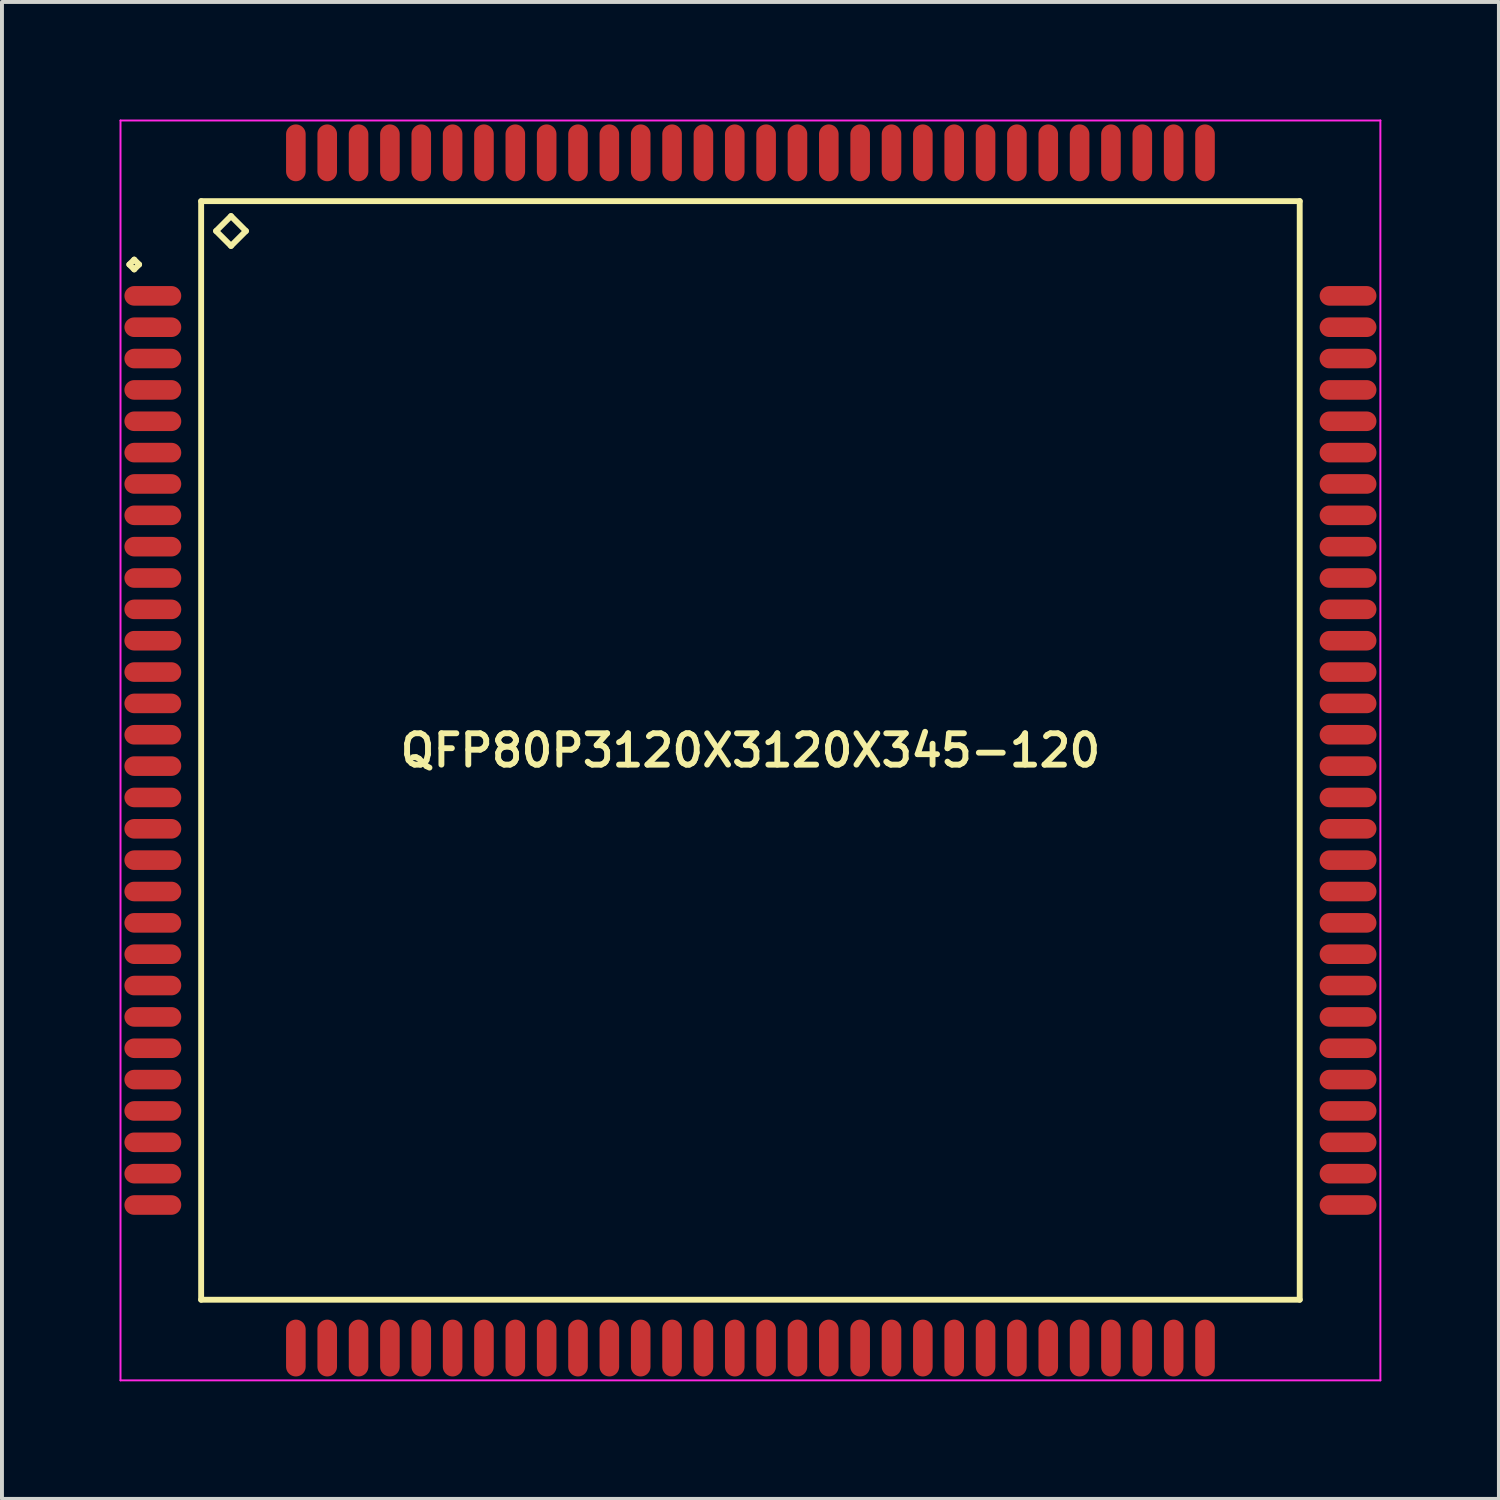
<source format=kicad_pcb>
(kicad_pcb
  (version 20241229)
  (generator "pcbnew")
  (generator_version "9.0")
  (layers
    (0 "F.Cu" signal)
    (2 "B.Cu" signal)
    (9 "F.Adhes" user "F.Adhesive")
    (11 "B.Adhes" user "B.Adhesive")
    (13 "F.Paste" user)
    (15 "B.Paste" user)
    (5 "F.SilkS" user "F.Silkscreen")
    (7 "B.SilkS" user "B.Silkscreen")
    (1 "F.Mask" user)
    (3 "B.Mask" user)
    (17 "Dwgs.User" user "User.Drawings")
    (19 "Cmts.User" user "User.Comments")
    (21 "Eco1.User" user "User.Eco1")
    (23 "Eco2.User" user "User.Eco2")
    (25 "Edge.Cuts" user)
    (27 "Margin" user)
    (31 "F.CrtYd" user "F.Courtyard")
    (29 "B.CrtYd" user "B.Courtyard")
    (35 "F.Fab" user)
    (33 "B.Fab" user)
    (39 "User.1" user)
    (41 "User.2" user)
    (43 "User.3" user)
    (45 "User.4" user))
  (footprint "QFP80P3120X3120X345-120"
    (layer "F.Cu")
    (at 16.1 16.1)
    (property "Reference" "QFP80P3120X3120X345-120" (at 0 0 0) (layer "F.SilkS") (effects (font (size 0.8 0.8) (thickness 0.15))))
    (attr smd)
    (fp_line (start -15.85 -12.4) (end -15.725 -12.525) (stroke (width 0.15) (type solid)) (layer "F.SilkS"))
    (fp_line (start -15.725 -12.525) (end -15.6 -12.4) (stroke (width 0.15) (type solid)) (layer "F.SilkS"))
    (fp_line (start -15.725 -12.275) (end -15.85 -12.4) (stroke (width 0.15) (type solid)) (layer "F.SilkS"))
    (fp_line (start -15.6 -12.4) (end -15.725 -12.275) (stroke (width 0.15) (type solid)) (layer "F.SilkS"))
    (fp_line (start -14.017 -14.017) (end -14.017 14.017) (stroke (width 0.15) (type solid)) (layer "F.SilkS"))
    (fp_line (start -14.017 14.017) (end 14.017 14.017) (stroke (width 0.15) (type solid)) (layer "F.SilkS"))
    (fp_line (start -13.636 -13.255) (end -13.255 -13.636) (stroke (width 0.15) (type solid)) (layer "F.SilkS"))
    (fp_line (start -13.255 -13.636) (end -12.874 -13.255) (stroke (width 0.15) (type solid)) (layer "F.SilkS"))
    (fp_line (start -13.255 -12.874) (end -13.636 -13.255) (stroke (width 0.15) (type solid)) (layer "F.SilkS"))
    (fp_line (start -12.874 -13.255) (end -13.255 -12.874) (stroke (width 0.15) (type solid)) (layer "F.SilkS"))
    (fp_line (start 14.017 -14.017) (end -14.017 -14.017) (stroke (width 0.15) (type solid)) (layer "F.SilkS"))
    (fp_line (start 14.017 14.017) (end 14.017 -14.017) (stroke (width 0.15) (type solid)) (layer "F.SilkS"))
    (fp_line (start -16.075 -16.075) (end 16.075 -16.075) (stroke (width 0.05) (type solid)) (layer "F.CrtYd"))
    (fp_line (start -16.075 16.075) (end -16.075 -16.075) (stroke (width 0.05) (type solid)) (layer "F.CrtYd"))
    (fp_line (start 16.075 -16.075) (end 16.075 16.075) (stroke (width 0.05) (type solid)) (layer "F.CrtYd"))
    (fp_line (start 16.075 16.075) (end -16.075 16.075) (stroke (width 0.05) (type solid)) (layer "F.CrtYd"))
    (pad "1" smd oval (at -15.25 -11.6) (size 1.45 0.5) (layers "F.Cu" "F.Mask" "F.Paste"))
    (pad "2" smd oval (at -15.25 -10.8) (size 1.45 0.5) (layers "F.Cu" "F.Mask" "F.Paste"))
    (pad "3" smd oval (at -15.25 -10) (size 1.45 0.5) (layers "F.Cu" "F.Mask" "F.Paste"))
    (pad "4" smd oval (at -15.25 -9.2) (size 1.45 0.5) (layers "F.Cu" "F.Mask" "F.Paste"))
    (pad "5" smd oval (at -15.25 -8.4) (size 1.45 0.5) (layers "F.Cu" "F.Mask" "F.Paste"))
    (pad "6" smd oval (at -15.25 -7.6) (size 1.45 0.5) (layers "F.Cu" "F.Mask" "F.Paste"))
    (pad "7" smd oval (at -15.25 -6.8) (size 1.45 0.5) (layers "F.Cu" "F.Mask" "F.Paste"))
    (pad "8" smd oval (at -15.25 -6) (size 1.45 0.5) (layers "F.Cu" "F.Mask" "F.Paste"))
    (pad "9" smd oval (at -15.25 -5.2) (size 1.45 0.5) (layers "F.Cu" "F.Mask" "F.Paste"))
    (pad "10" smd oval (at -15.25 -4.4) (size 1.45 0.5) (layers "F.Cu" "F.Mask" "F.Paste"))
    (pad "11" smd oval (at -15.25 -3.6) (size 1.45 0.5) (layers "F.Cu" "F.Mask" "F.Paste"))
    (pad "12" smd oval (at -15.25 -2.8) (size 1.45 0.5) (layers "F.Cu" "F.Mask" "F.Paste"))
    (pad "13" smd oval (at -15.25 -2) (size 1.45 0.5) (layers "F.Cu" "F.Mask" "F.Paste"))
    (pad "14" smd oval (at -15.25 -1.2) (size 1.45 0.5) (layers "F.Cu" "F.Mask" "F.Paste"))
    (pad "15" smd oval (at -15.25 -0.4) (size 1.45 0.5) (layers "F.Cu" "F.Mask" "F.Paste"))
    (pad "16" smd oval (at -15.25 0.4) (size 1.45 0.5) (layers "F.Cu" "F.Mask" "F.Paste"))
    (pad "17" smd oval (at -15.25 1.2) (size 1.45 0.5) (layers "F.Cu" "F.Mask" "F.Paste"))
    (pad "18" smd oval (at -15.25 2) (size 1.45 0.5) (layers "F.Cu" "F.Mask" "F.Paste"))
    (pad "19" smd oval (at -15.25 2.8) (size 1.45 0.5) (layers "F.Cu" "F.Mask" "F.Paste"))
    (pad "20" smd oval (at -15.25 3.6) (size 1.45 0.5) (layers "F.Cu" "F.Mask" "F.Paste"))
    (pad "21" smd oval (at -15.25 4.4) (size 1.45 0.5) (layers "F.Cu" "F.Mask" "F.Paste"))
    (pad "22" smd oval (at -15.25 5.2) (size 1.45 0.5) (layers "F.Cu" "F.Mask" "F.Paste"))
    (pad "23" smd oval (at -15.25 6) (size 1.45 0.5) (layers "F.Cu" "F.Mask" "F.Paste"))
    (pad "24" smd oval (at -15.25 6.8) (size 1.45 0.5) (layers "F.Cu" "F.Mask" "F.Paste"))
    (pad "25" smd oval (at -15.25 7.6) (size 1.45 0.5) (layers "F.Cu" "F.Mask" "F.Paste"))
    (pad "26" smd oval (at -15.25 8.4) (size 1.45 0.5) (layers "F.Cu" "F.Mask" "F.Paste"))
    (pad "27" smd oval (at -15.25 9.2) (size 1.45 0.5) (layers "F.Cu" "F.Mask" "F.Paste"))
    (pad "28" smd oval (at -15.25 10) (size 1.45 0.5) (layers "F.Cu" "F.Mask" "F.Paste"))
    (pad "29" smd oval (at -15.25 10.8) (size 1.45 0.5) (layers "F.Cu" "F.Mask" "F.Paste"))
    (pad "30" smd oval (at -15.25 11.6) (size 1.45 0.5) (layers "F.Cu" "F.Mask" "F.Paste"))
    (pad "31" smd oval (at -11.6 15.25) (size 0.5 1.45) (layers "F.Cu" "F.Mask" "F.Paste"))
    (pad "32" smd oval (at -10.8 15.25) (size 0.5 1.45) (layers "F.Cu" "F.Mask" "F.Paste"))
    (pad "33" smd oval (at -10 15.25) (size 0.5 1.45) (layers "F.Cu" "F.Mask" "F.Paste"))
    (pad "34" smd oval (at -9.2 15.25) (size 0.5 1.45) (layers "F.Cu" "F.Mask" "F.Paste"))
    (pad "35" smd oval (at -8.4 15.25) (size 0.5 1.45) (layers "F.Cu" "F.Mask" "F.Paste"))
    (pad "36" smd oval (at -7.6 15.25) (size 0.5 1.45) (layers "F.Cu" "F.Mask" "F.Paste"))
    (pad "37" smd oval (at -6.8 15.25) (size 0.5 1.45) (layers "F.Cu" "F.Mask" "F.Paste"))
    (pad "38" smd oval (at -6 15.25) (size 0.5 1.45) (layers "F.Cu" "F.Mask" "F.Paste"))
    (pad "39" smd oval (at -5.2 15.25) (size 0.5 1.45) (layers "F.Cu" "F.Mask" "F.Paste"))
    (pad "40" smd oval (at -4.4 15.25) (size 0.5 1.45) (layers "F.Cu" "F.Mask" "F.Paste"))
    (pad "41" smd oval (at -3.6 15.25) (size 0.5 1.45) (layers "F.Cu" "F.Mask" "F.Paste"))
    (pad "42" smd oval (at -2.8 15.25) (size 0.5 1.45) (layers "F.Cu" "F.Mask" "F.Paste"))
    (pad "43" smd oval (at -2 15.25) (size 0.5 1.45) (layers "F.Cu" "F.Mask" "F.Paste"))
    (pad "44" smd oval (at -1.2 15.25) (size 0.5 1.45) (layers "F.Cu" "F.Mask" "F.Paste"))
    (pad "45" smd oval (at -0.4 15.25) (size 0.5 1.45) (layers "F.Cu" "F.Mask" "F.Paste"))
    (pad "46" smd oval (at 0.4 15.25) (size 0.5 1.45) (layers "F.Cu" "F.Mask" "F.Paste"))
    (pad "47" smd oval (at 1.2 15.25) (size 0.5 1.45) (layers "F.Cu" "F.Mask" "F.Paste"))
    (pad "48" smd oval (at 2 15.25) (size 0.5 1.45) (layers "F.Cu" "F.Mask" "F.Paste"))
    (pad "49" smd oval (at 2.8 15.25) (size 0.5 1.45) (layers "F.Cu" "F.Mask" "F.Paste"))
    (pad "50" smd oval (at 3.6 15.25) (size 0.5 1.45) (layers "F.Cu" "F.Mask" "F.Paste"))
    (pad "51" smd oval (at 4.4 15.25) (size 0.5 1.45) (layers "F.Cu" "F.Mask" "F.Paste"))
    (pad "52" smd oval (at 5.2 15.25) (size 0.5 1.45) (layers "F.Cu" "F.Mask" "F.Paste"))
    (pad "53" smd oval (at 6 15.25) (size 0.5 1.45) (layers "F.Cu" "F.Mask" "F.Paste"))
    (pad "54" smd oval (at 6.8 15.25) (size 0.5 1.45) (layers "F.Cu" "F.Mask" "F.Paste"))
    (pad "55" smd oval (at 7.6 15.25) (size 0.5 1.45) (layers "F.Cu" "F.Mask" "F.Paste"))
    (pad "56" smd oval (at 8.4 15.25) (size 0.5 1.45) (layers "F.Cu" "F.Mask" "F.Paste"))
    (pad "57" smd oval (at 9.2 15.25) (size 0.5 1.45) (layers "F.Cu" "F.Mask" "F.Paste"))
    (pad "58" smd oval (at 10 15.25) (size 0.5 1.45) (layers "F.Cu" "F.Mask" "F.Paste"))
    (pad "59" smd oval (at 10.8 15.25) (size 0.5 1.45) (layers "F.Cu" "F.Mask" "F.Paste"))
    (pad "60" smd oval (at 11.6 15.25) (size 0.5 1.45) (layers "F.Cu" "F.Mask" "F.Paste"))
    (pad "61" smd oval (at 15.25 11.6) (size 1.45 0.5) (layers "F.Cu" "F.Mask" "F.Paste"))
    (pad "62" smd oval (at 15.25 10.8) (size 1.45 0.5) (layers "F.Cu" "F.Mask" "F.Paste"))
    (pad "63" smd oval (at 15.25 10) (size 1.45 0.5) (layers "F.Cu" "F.Mask" "F.Paste"))
    (pad "64" smd oval (at 15.25 9.2) (size 1.45 0.5) (layers "F.Cu" "F.Mask" "F.Paste"))
    (pad "65" smd oval (at 15.25 8.4) (size 1.45 0.5) (layers "F.Cu" "F.Mask" "F.Paste"))
    (pad "66" smd oval (at 15.25 7.6) (size 1.45 0.5) (layers "F.Cu" "F.Mask" "F.Paste"))
    (pad "67" smd oval (at 15.25 6.8) (size 1.45 0.5) (layers "F.Cu" "F.Mask" "F.Paste"))
    (pad "68" smd oval (at 15.25 6) (size 1.45 0.5) (layers "F.Cu" "F.Mask" "F.Paste"))
    (pad "69" smd oval (at 15.25 5.2) (size 1.45 0.5) (layers "F.Cu" "F.Mask" "F.Paste"))
    (pad "70" smd oval (at 15.25 4.4) (size 1.45 0.5) (layers "F.Cu" "F.Mask" "F.Paste"))
    (pad "71" smd oval (at 15.25 3.6) (size 1.45 0.5) (layers "F.Cu" "F.Mask" "F.Paste"))
    (pad "72" smd oval (at 15.25 2.8) (size 1.45 0.5) (layers "F.Cu" "F.Mask" "F.Paste"))
    (pad "73" smd oval (at 15.25 2) (size 1.45 0.5) (layers "F.Cu" "F.Mask" "F.Paste"))
    (pad "74" smd oval (at 15.25 1.2) (size 1.45 0.5) (layers "F.Cu" "F.Mask" "F.Paste"))
    (pad "75" smd oval (at 15.25 0.4) (size 1.45 0.5) (layers "F.Cu" "F.Mask" "F.Paste"))
    (pad "76" smd oval (at 15.25 -0.4) (size 1.45 0.5) (layers "F.Cu" "F.Mask" "F.Paste"))
    (pad "77" smd oval (at 15.25 -1.2) (size 1.45 0.5) (layers "F.Cu" "F.Mask" "F.Paste"))
    (pad "78" smd oval (at 15.25 -2) (size 1.45 0.5) (layers "F.Cu" "F.Mask" "F.Paste"))
    (pad "79" smd oval (at 15.25 -2.8) (size 1.45 0.5) (layers "F.Cu" "F.Mask" "F.Paste"))
    (pad "80" smd oval (at 15.25 -3.6) (size 1.45 0.5) (layers "F.Cu" "F.Mask" "F.Paste"))
    (pad "81" smd oval (at 15.25 -4.4) (size 1.45 0.5) (layers "F.Cu" "F.Mask" "F.Paste"))
    (pad "82" smd oval (at 15.25 -5.2) (size 1.45 0.5) (layers "F.Cu" "F.Mask" "F.Paste"))
    (pad "83" smd oval (at 15.25 -6) (size 1.45 0.5) (layers "F.Cu" "F.Mask" "F.Paste"))
    (pad "84" smd oval (at 15.25 -6.8) (size 1.45 0.5) (layers "F.Cu" "F.Mask" "F.Paste"))
    (pad "85" smd oval (at 15.25 -7.6) (size 1.45 0.5) (layers "F.Cu" "F.Mask" "F.Paste"))
    (pad "86" smd oval (at 15.25 -8.4) (size 1.45 0.5) (layers "F.Cu" "F.Mask" "F.Paste"))
    (pad "87" smd oval (at 15.25 -9.2) (size 1.45 0.5) (layers "F.Cu" "F.Mask" "F.Paste"))
    (pad "88" smd oval (at 15.25 -10) (size 1.45 0.5) (layers "F.Cu" "F.Mask" "F.Paste"))
    (pad "89" smd oval (at 15.25 -10.8) (size 1.45 0.5) (layers "F.Cu" "F.Mask" "F.Paste"))
    (pad "90" smd oval (at 15.25 -11.6) (size 1.45 0.5) (layers "F.Cu" "F.Mask" "F.Paste"))
    (pad "91" smd oval (at 11.6 -15.25) (size 0.5 1.45) (layers "F.Cu" "F.Mask" "F.Paste"))
    (pad "92" smd oval (at 10.8 -15.25) (size 0.5 1.45) (layers "F.Cu" "F.Mask" "F.Paste"))
    (pad "93" smd oval (at 10 -15.25) (size 0.5 1.45) (layers "F.Cu" "F.Mask" "F.Paste"))
    (pad "94" smd oval (at 9.2 -15.25) (size 0.5 1.45) (layers "F.Cu" "F.Mask" "F.Paste"))
    (pad "95" smd oval (at 8.4 -15.25) (size 0.5 1.45) (layers "F.Cu" "F.Mask" "F.Paste"))
    (pad "96" smd oval (at 7.6 -15.25) (size 0.5 1.45) (layers "F.Cu" "F.Mask" "F.Paste"))
    (pad "97" smd oval (at 6.8 -15.25) (size 0.5 1.45) (layers "F.Cu" "F.Mask" "F.Paste"))
    (pad "98" smd oval (at 6 -15.25) (size 0.5 1.45) (layers "F.Cu" "F.Mask" "F.Paste"))
    (pad "99" smd oval (at 5.2 -15.25) (size 0.5 1.45) (layers "F.Cu" "F.Mask" "F.Paste"))
    (pad "100" smd oval (at 4.4 -15.25) (size 0.5 1.45) (layers "F.Cu" "F.Mask" "F.Paste"))
    (pad "101" smd oval (at 3.6 -15.25) (size 0.5 1.45) (layers "F.Cu" "F.Mask" "F.Paste"))
    (pad "102" smd oval (at 2.8 -15.25) (size 0.5 1.45) (layers "F.Cu" "F.Mask" "F.Paste"))
    (pad "103" smd oval (at 2 -15.25) (size 0.5 1.45) (layers "F.Cu" "F.Mask" "F.Paste"))
    (pad "104" smd oval (at 1.2 -15.25) (size 0.5 1.45) (layers "F.Cu" "F.Mask" "F.Paste"))
    (pad "105" smd oval (at 0.4 -15.25) (size 0.5 1.45) (layers "F.Cu" "F.Mask" "F.Paste"))
    (pad "106" smd oval (at -0.4 -15.25) (size 0.5 1.45) (layers "F.Cu" "F.Mask" "F.Paste"))
    (pad "107" smd oval (at -1.2 -15.25) (size 0.5 1.45) (layers "F.Cu" "F.Mask" "F.Paste"))
    (pad "108" smd oval (at -2 -15.25) (size 0.5 1.45) (layers "F.Cu" "F.Mask" "F.Paste"))
    (pad "109" smd oval (at -2.8 -15.25) (size 0.5 1.45) (layers "F.Cu" "F.Mask" "F.Paste"))
    (pad "110" smd oval (at -3.6 -15.25) (size 0.5 1.45) (layers "F.Cu" "F.Mask" "F.Paste"))
    (pad "111" smd oval (at -4.4 -15.25) (size 0.5 1.45) (layers "F.Cu" "F.Mask" "F.Paste"))
    (pad "112" smd oval (at -5.2 -15.25) (size 0.5 1.45) (layers "F.Cu" "F.Mask" "F.Paste"))
    (pad "113" smd oval (at -6 -15.25) (size 0.5 1.45) (layers "F.Cu" "F.Mask" "F.Paste"))
    (pad "114" smd oval (at -6.8 -15.25) (size 0.5 1.45) (layers "F.Cu" "F.Mask" "F.Paste"))
    (pad "115" smd oval (at -7.6 -15.25) (size 0.5 1.45) (layers "F.Cu" "F.Mask" "F.Paste"))
    (pad "116" smd oval (at -8.4 -15.25) (size 0.5 1.45) (layers "F.Cu" "F.Mask" "F.Paste"))
    (pad "117" smd oval (at -9.2 -15.25) (size 0.5 1.45) (layers "F.Cu" "F.Mask" "F.Paste"))
    (pad "118" smd oval (at -10 -15.25) (size 0.5 1.45) (layers "F.Cu" "F.Mask" "F.Paste"))
    (pad "119" smd oval (at -10.8 -15.25) (size 0.5 1.45) (layers "F.Cu" "F.Mask" "F.Paste"))
    (pad "120" smd oval (at -11.6 -15.25) (size 0.5 1.45) (layers "F.Cu" "F.Mask" "F.Paste")))
  (gr_rect
    (start -3 -3)
    (end 35.2 35.2)
    (stroke (width 0.1) (type default))
    (fill no)
    (layer "Edge.Cuts")))
</source>
